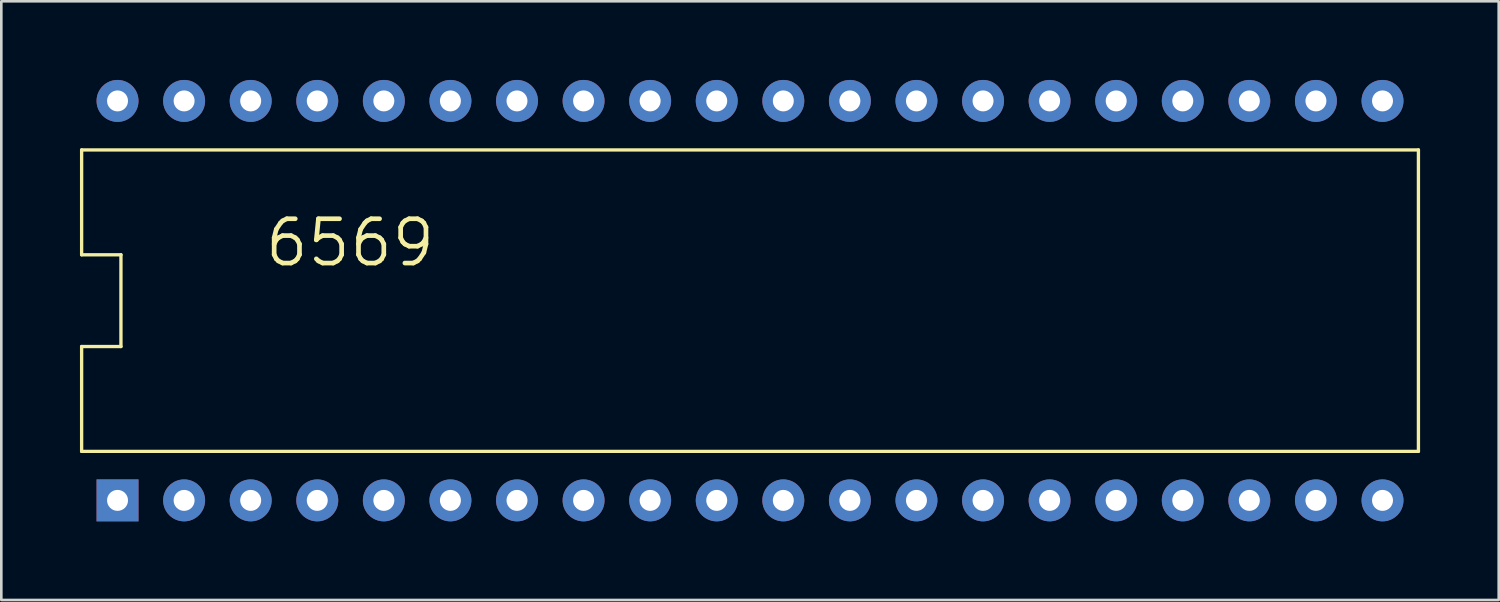
<source format=kicad_pcb>
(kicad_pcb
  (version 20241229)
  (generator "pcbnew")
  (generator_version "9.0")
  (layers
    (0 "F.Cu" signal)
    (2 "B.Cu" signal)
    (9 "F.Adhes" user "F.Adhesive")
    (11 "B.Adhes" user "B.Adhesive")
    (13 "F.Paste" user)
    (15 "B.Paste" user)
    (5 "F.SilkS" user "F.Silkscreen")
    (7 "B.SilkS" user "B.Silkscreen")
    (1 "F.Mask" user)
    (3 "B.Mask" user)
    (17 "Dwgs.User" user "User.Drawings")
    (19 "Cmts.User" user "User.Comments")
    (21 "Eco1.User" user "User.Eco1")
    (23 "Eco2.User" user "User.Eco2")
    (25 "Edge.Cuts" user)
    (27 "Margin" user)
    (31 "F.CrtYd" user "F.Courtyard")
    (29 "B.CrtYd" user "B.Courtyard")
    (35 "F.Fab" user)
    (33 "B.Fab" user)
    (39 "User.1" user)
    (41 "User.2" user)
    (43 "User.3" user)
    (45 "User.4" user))
  (footprint "6569"
    (layer "F.Cu")
    (at 25.564 8.42)
    (property "Reference" "6569" (at -18.593 -1.219 0) (layer "F.SilkS") (effects (font (size 1.689 1.689) (thickness 0.178)) (justify left bottom)))
    (attr through_hole)
    (fp_line (start -25.5 -5.75) (end -25.5 -1.75) (stroke (width 0.127) (type solid)) (layer "F.SilkS"))
    (fp_line (start -25.5 -5.75) (end 25.5 -5.75) (stroke (width 0.127) (type solid)) (layer "F.SilkS"))
    (fp_line (start -25.5 -1.75) (end -24 -1.75) (stroke (width 0.127) (type solid)) (layer "F.SilkS"))
    (fp_line (start -25.5 1.75) (end -25.5 5.75) (stroke (width 0.127) (type solid)) (layer "F.SilkS"))
    (fp_line (start -25.5 1.75) (end -24 1.75) (stroke (width 0.127) (type solid)) (layer "F.SilkS"))
    (fp_line (start -25.5 5.75) (end 25.5 5.75) (stroke (width 0.127) (type solid)) (layer "F.SilkS"))
    (fp_line (start -24 -1.75) (end -24 1.75) (stroke (width 0.127) (type solid)) (layer "F.SilkS"))
    (fp_line (start 25.5 5.75) (end 25.5 -5.75) (stroke (width 0.127) (type solid)) (layer "F.SilkS"))
    (pad "1" thru_hole rect (at -24.13 7.62 90) (size 1.6 1.6) (drill 0.8) (layers "*.Cu" "*.Mask"))
    (pad "2" thru_hole circle (at -21.59 7.62 90) (size 1.6 1.6) (drill 0.8) (layers "*.Cu" "*.Mask"))
    (pad "3" thru_hole circle (at -19.05 7.62 90) (size 1.6 1.6) (drill 0.8) (layers "*.Cu" "*.Mask"))
    (pad "4" thru_hole circle (at -16.51 7.62 90) (size 1.6 1.6) (drill 0.8) (layers "*.Cu" "*.Mask"))
    (pad "5" thru_hole circle (at -13.97 7.62 90) (size 1.6 1.6) (drill 0.8) (layers "*.Cu" "*.Mask"))
    (pad "6" thru_hole circle (at -11.43 7.62 90) (size 1.6 1.6) (drill 0.8) (layers "*.Cu" "*.Mask"))
    (pad "7" thru_hole circle (at -8.89 7.62 90) (size 1.6 1.6) (drill 0.8) (layers "*.Cu" "*.Mask"))
    (pad "8" thru_hole circle (at -6.35 7.62 90) (size 1.6 1.6) (drill 0.8) (layers "*.Cu" "*.Mask"))
    (pad "9" thru_hole circle (at -3.81 7.62 90) (size 1.6 1.6) (drill 0.8) (layers "*.Cu" "*.Mask"))
    (pad "10" thru_hole circle (at -1.27 7.62 90) (size 1.6 1.6) (drill 0.8) (layers "*.Cu" "*.Mask"))
    (pad "11" thru_hole circle (at 1.27 7.62 90) (size 1.6 1.6) (drill 0.8) (layers "*.Cu" "*.Mask"))
    (pad "12" thru_hole circle (at 3.81 7.62 90) (size 1.6 1.6) (drill 0.8) (layers "*.Cu" "*.Mask"))
    (pad "13" thru_hole circle (at 6.35 7.62 90) (size 1.6 1.6) (drill 0.8) (layers "*.Cu" "*.Mask"))
    (pad "14" thru_hole circle (at 8.89 7.62 90) (size 1.6 1.6) (drill 0.8) (layers "*.Cu" "*.Mask"))
    (pad "15" thru_hole circle (at 11.43 7.62 90) (size 1.6 1.6) (drill 0.8) (layers "*.Cu" "*.Mask"))
    (pad "16" thru_hole circle (at 13.97 7.62 90) (size 1.6 1.6) (drill 0.8) (layers "*.Cu" "*.Mask"))
    (pad "17" thru_hole circle (at 16.51 7.62 90) (size 1.6 1.6) (drill 0.8) (layers "*.Cu" "*.Mask"))
    (pad "18" thru_hole circle (at 19.05 7.62 90) (size 1.6 1.6) (drill 0.8) (layers "*.Cu" "*.Mask"))
    (pad "19" thru_hole circle (at 21.59 7.62 90) (size 1.6 1.6) (drill 0.8) (layers "*.Cu" "*.Mask"))
    (pad "20" thru_hole circle (at 24.13 7.62 90) (size 1.6 1.6) (drill 0.8) (layers "*.Cu" "*.Mask"))
    (pad "21" thru_hole circle (at 24.13 -7.62 90) (size 1.6 1.6) (drill 0.8) (layers "*.Cu" "*.Mask"))
    (pad "22" thru_hole circle (at 21.59 -7.62 90) (size 1.6 1.6) (drill 0.8) (layers "*.Cu" "*.Mask"))
    (pad "23" thru_hole circle (at 19.05 -7.62 90) (size 1.6 1.6) (drill 0.8) (layers "*.Cu" "*.Mask"))
    (pad "24" thru_hole circle (at 16.51 -7.62 90) (size 1.6 1.6) (drill 0.8) (layers "*.Cu" "*.Mask"))
    (pad "25" thru_hole circle (at 13.97 -7.62 90) (size 1.6 1.6) (drill 0.8) (layers "*.Cu" "*.Mask"))
    (pad "26" thru_hole circle (at 11.43 -7.62 90) (size 1.6 1.6) (drill 0.8) (layers "*.Cu" "*.Mask"))
    (pad "27" thru_hole circle (at 8.89 -7.62 90) (size 1.6 1.6) (drill 0.8) (layers "*.Cu" "*.Mask"))
    (pad "28" thru_hole circle (at 6.35 -7.62 90) (size 1.6 1.6) (drill 0.8) (layers "*.Cu" "*.Mask"))
    (pad "29" thru_hole circle (at 3.81 -7.62 90) (size 1.6 1.6) (drill 0.8) (layers "*.Cu" "*.Mask"))
    (pad "30" thru_hole circle (at 1.27 -7.62 90) (size 1.6 1.6) (drill 0.8) (layers "*.Cu" "*.Mask"))
    (pad "31" thru_hole circle (at -1.27 -7.62 90) (size 1.6 1.6) (drill 0.8) (layers "*.Cu" "*.Mask"))
    (pad "32" thru_hole circle (at -3.81 -7.62 90) (size 1.6 1.6) (drill 0.8) (layers "*.Cu" "*.Mask"))
    (pad "33" thru_hole circle (at -6.35 -7.62 90) (size 1.6 1.6) (drill 0.8) (layers "*.Cu" "*.Mask"))
    (pad "34" thru_hole circle (at -8.89 -7.62 90) (size 1.6 1.6) (drill 0.8) (layers "*.Cu" "*.Mask"))
    (pad "35" thru_hole circle (at -11.43 -7.62 90) (size 1.6 1.6) (drill 0.8) (layers "*.Cu" "*.Mask"))
    (pad "36" thru_hole circle (at -13.97 -7.62 90) (size 1.6 1.6) (drill 0.8) (layers "*.Cu" "*.Mask"))
    (pad "37" thru_hole circle (at -16.51 -7.62 90) (size 1.6 1.6) (drill 0.8) (layers "*.Cu" "*.Mask"))
    (pad "38" thru_hole circle (at -19.05 -7.62 90) (size 1.6 1.6) (drill 0.8) (layers "*.Cu" "*.Mask"))
    (pad "39" thru_hole circle (at -21.59 -7.62 90) (size 1.6 1.6) (drill 0.8) (layers "*.Cu" "*.Mask"))
    (pad "40" thru_hole circle (at -24.13 -7.62 90) (size 1.6 1.6) (drill 0.8) (layers "*.Cu" "*.Mask")))
  (gr_rect
    (start -3 -3)
    (end 54.127 19.84)
    (stroke (width 0.1) (type default))
    (fill no)
    (layer "Edge.Cuts")))
</source>
